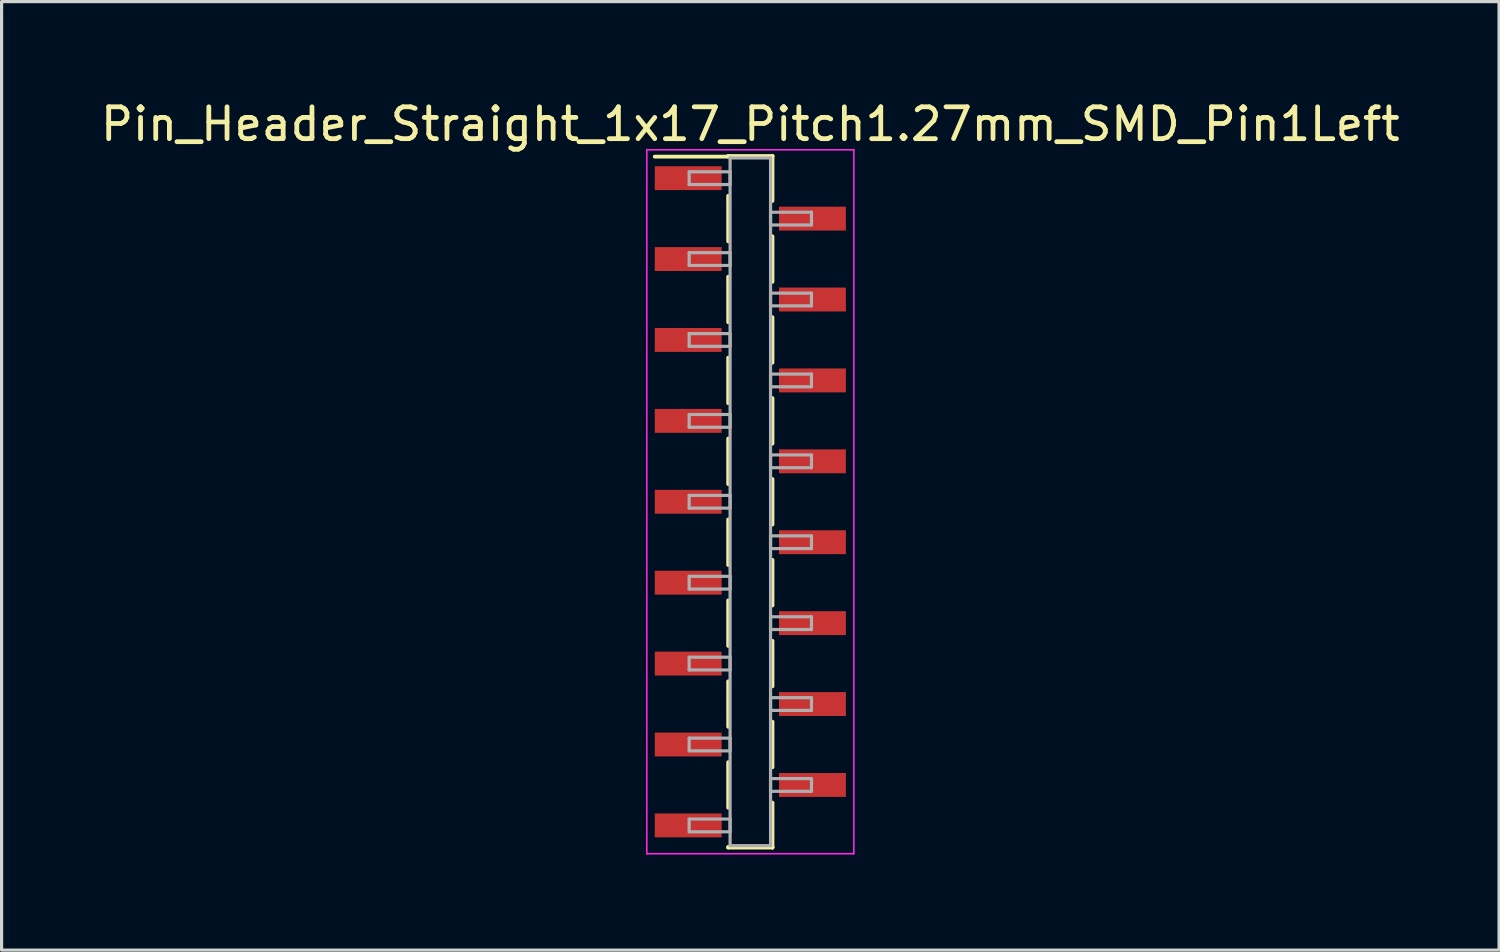
<source format=kicad_pcb>
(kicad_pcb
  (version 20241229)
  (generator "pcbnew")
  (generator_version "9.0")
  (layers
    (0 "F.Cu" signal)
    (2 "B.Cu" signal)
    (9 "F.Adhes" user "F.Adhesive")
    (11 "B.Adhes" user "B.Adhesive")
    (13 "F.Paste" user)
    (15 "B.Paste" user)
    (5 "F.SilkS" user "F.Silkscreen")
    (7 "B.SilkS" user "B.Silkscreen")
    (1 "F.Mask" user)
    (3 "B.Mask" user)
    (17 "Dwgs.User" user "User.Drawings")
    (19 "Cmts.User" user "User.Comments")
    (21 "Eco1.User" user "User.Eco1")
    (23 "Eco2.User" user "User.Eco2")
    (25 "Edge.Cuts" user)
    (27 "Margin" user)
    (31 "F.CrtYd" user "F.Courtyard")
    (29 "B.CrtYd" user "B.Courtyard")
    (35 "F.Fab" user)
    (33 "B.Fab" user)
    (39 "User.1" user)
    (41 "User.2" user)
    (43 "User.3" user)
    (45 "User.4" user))
  (footprint "Pin_Header_Straight_1x17_Pitch1.27mm_SMD_Pin1Left"
    (layer "F.Cu")
    (at 20.506 12.703)
    (property "Reference" "Pin_Header_Straight_1x17_Pitch1.27mm_SMD_Pin1Left" (at 0 -11.855 0) (layer "F.SilkS") (effects (font (size 1 1) (thickness 0.15))))
    (attr smd)
    (fp_line (start -0.695 -10.855) (end 0.695 -10.855) (stroke (width 0.12) (type solid)) (layer "F.SilkS"))
    (fp_line (start -0.695 -10.835) (end -3 -10.835) (stroke (width 0.12) (type solid)) (layer "F.SilkS"))
    (fp_line (start -0.695 -10.835) (end -0.695 -10.855) (stroke (width 0.12) (type solid)) (layer "F.SilkS"))
    (fp_line (start -0.695 -9.605) (end -0.695 -8.175) (stroke (width 0.12) (type solid)) (layer "F.SilkS"))
    (fp_line (start -0.695 -7.065) (end -0.695 -5.635) (stroke (width 0.12) (type solid)) (layer "F.SilkS"))
    (fp_line (start -0.695 -4.525) (end -0.695 -3.095) (stroke (width 0.12) (type solid)) (layer "F.SilkS"))
    (fp_line (start -0.695 -1.985) (end -0.695 -0.555) (stroke (width 0.12) (type solid)) (layer "F.SilkS"))
    (fp_line (start -0.695 0.555) (end -0.695 1.985) (stroke (width 0.12) (type solid)) (layer "F.SilkS"))
    (fp_line (start -0.695 3.095) (end -0.695 4.525) (stroke (width 0.12) (type solid)) (layer "F.SilkS"))
    (fp_line (start -0.695 5.635) (end -0.695 7.065) (stroke (width 0.12) (type solid)) (layer "F.SilkS"))
    (fp_line (start -0.695 8.175) (end -0.695 9.605) (stroke (width 0.12) (type solid)) (layer "F.SilkS"))
    (fp_line (start -0.695 10.835) (end -0.695 10.855) (stroke (width 0.12) (type solid)) (layer "F.SilkS"))
    (fp_line (start -0.695 10.855) (end 0.695 10.855) (stroke (width 0.12) (type solid)) (layer "F.SilkS"))
    (fp_line (start 0.695 -10.855) (end 0.695 -10.835) (stroke (width 0.12) (type solid)) (layer "F.SilkS"))
    (fp_line (start 0.695 -10.855) (end 0.695 -9.445) (stroke (width 0.12) (type solid)) (layer "F.SilkS"))
    (fp_line (start 0.695 -8.335) (end 0.695 -6.905) (stroke (width 0.12) (type solid)) (layer "F.SilkS"))
    (fp_line (start 0.695 -5.795) (end 0.695 -4.365) (stroke (width 0.12) (type solid)) (layer "F.SilkS"))
    (fp_line (start 0.695 -3.255) (end 0.695 -1.825) (stroke (width 0.12) (type solid)) (layer "F.SilkS"))
    (fp_line (start 0.695 -0.715) (end 0.695 0.715) (stroke (width 0.12) (type solid)) (layer "F.SilkS"))
    (fp_line (start 0.695 1.825) (end 0.695 3.255) (stroke (width 0.12) (type solid)) (layer "F.SilkS"))
    (fp_line (start 0.695 4.365) (end 0.695 5.795) (stroke (width 0.12) (type solid)) (layer "F.SilkS"))
    (fp_line (start 0.695 6.905) (end 0.695 8.335) (stroke (width 0.12) (type solid)) (layer "F.SilkS"))
    (fp_line (start 0.695 9.445) (end 0.695 10.855) (stroke (width 0.12) (type solid)) (layer "F.SilkS"))
    (fp_line (start 0.695 10.855) (end 0.695 10.835) (stroke (width 0.12) (type solid)) (layer "F.SilkS"))
    (fp_line (start -3.25 -11.05) (end -3.25 11.05) (stroke (width 0.05) (type solid)) (layer "F.CrtYd"))
    (fp_line (start -3.25 11.05) (end 3.25 11.05) (stroke (width 0.05) (type solid)) (layer "F.CrtYd"))
    (fp_line (start 3.25 -11.05) (end -3.25 -11.05) (stroke (width 0.05) (type solid)) (layer "F.CrtYd"))
    (fp_line (start 3.25 11.05) (end 3.25 -11.05) (stroke (width 0.05) (type solid)) (layer "F.CrtYd"))
    (fp_line (start -1.92 -10.36) (end -0.635 -10.36) (stroke (width 0.1) (type solid)) (layer "F.Fab"))
    (fp_line (start -1.92 -9.96) (end -1.92 -10.36) (stroke (width 0.1) (type solid)) (layer "F.Fab"))
    (fp_line (start -1.92 -7.82) (end -0.635 -7.82) (stroke (width 0.1) (type solid)) (layer "F.Fab"))
    (fp_line (start -1.92 -7.42) (end -1.92 -7.82) (stroke (width 0.1) (type solid)) (layer "F.Fab"))
    (fp_line (start -1.92 -5.28) (end -0.635 -5.28) (stroke (width 0.1) (type solid)) (layer "F.Fab"))
    (fp_line (start -1.92 -4.88) (end -1.92 -5.28) (stroke (width 0.1) (type solid)) (layer "F.Fab"))
    (fp_line (start -1.92 -2.74) (end -0.635 -2.74) (stroke (width 0.1) (type solid)) (layer "F.Fab"))
    (fp_line (start -1.92 -2.34) (end -1.92 -2.74) (stroke (width 0.1) (type solid)) (layer "F.Fab"))
    (fp_line (start -1.92 -0.2) (end -0.635 -0.2) (stroke (width 0.1) (type solid)) (layer "F.Fab"))
    (fp_line (start -1.92 0.2) (end -1.92 -0.2) (stroke (width 0.1) (type solid)) (layer "F.Fab"))
    (fp_line (start -1.92 2.34) (end -0.635 2.34) (stroke (width 0.1) (type solid)) (layer "F.Fab"))
    (fp_line (start -1.92 2.74) (end -1.92 2.34) (stroke (width 0.1) (type solid)) (layer "F.Fab"))
    (fp_line (start -1.92 4.88) (end -0.635 4.88) (stroke (width 0.1) (type solid)) (layer "F.Fab"))
    (fp_line (start -1.92 5.28) (end -1.92 4.88) (stroke (width 0.1) (type solid)) (layer "F.Fab"))
    (fp_line (start -1.92 7.42) (end -0.635 7.42) (stroke (width 0.1) (type solid)) (layer "F.Fab"))
    (fp_line (start -1.92 7.82) (end -1.92 7.42) (stroke (width 0.1) (type solid)) (layer "F.Fab"))
    (fp_line (start -1.92 9.96) (end -0.635 9.96) (stroke (width 0.1) (type solid)) (layer "F.Fab"))
    (fp_line (start -1.92 10.36) (end -1.92 9.96) (stroke (width 0.1) (type solid)) (layer "F.Fab"))
    (fp_line (start -0.635 -10.795) (end -0.635 10.795) (stroke (width 0.1) (type solid)) (layer "F.Fab"))
    (fp_line (start -0.635 -10.36) (end -0.635 -9.96) (stroke (width 0.1) (type solid)) (layer "F.Fab"))
    (fp_line (start -0.635 -9.96) (end -1.92 -9.96) (stroke (width 0.1) (type solid)) (layer "F.Fab"))
    (fp_line (start -0.635 -7.82) (end -0.635 -7.42) (stroke (width 0.1) (type solid)) (layer "F.Fab"))
    (fp_line (start -0.635 -7.42) (end -1.92 -7.42) (stroke (width 0.1) (type solid)) (layer "F.Fab"))
    (fp_line (start -0.635 -5.28) (end -0.635 -4.88) (stroke (width 0.1) (type solid)) (layer "F.Fab"))
    (fp_line (start -0.635 -4.88) (end -1.92 -4.88) (stroke (width 0.1) (type solid)) (layer "F.Fab"))
    (fp_line (start -0.635 -2.74) (end -0.635 -2.34) (stroke (width 0.1) (type solid)) (layer "F.Fab"))
    (fp_line (start -0.635 -2.34) (end -1.92 -2.34) (stroke (width 0.1) (type solid)) (layer "F.Fab"))
    (fp_line (start -0.635 -0.2) (end -0.635 0.2) (stroke (width 0.1) (type solid)) (layer "F.Fab"))
    (fp_line (start -0.635 0.2) (end -1.92 0.2) (stroke (width 0.1) (type solid)) (layer "F.Fab"))
    (fp_line (start -0.635 2.34) (end -0.635 2.74) (stroke (width 0.1) (type solid)) (layer "F.Fab"))
    (fp_line (start -0.635 2.74) (end -1.92 2.74) (stroke (width 0.1) (type solid)) (layer "F.Fab"))
    (fp_line (start -0.635 4.88) (end -0.635 5.28) (stroke (width 0.1) (type solid)) (layer "F.Fab"))
    (fp_line (start -0.635 5.28) (end -1.92 5.28) (stroke (width 0.1) (type solid)) (layer "F.Fab"))
    (fp_line (start -0.635 7.42) (end -0.635 7.82) (stroke (width 0.1) (type solid)) (layer "F.Fab"))
    (fp_line (start -0.635 7.82) (end -1.92 7.82) (stroke (width 0.1) (type solid)) (layer "F.Fab"))
    (fp_line (start -0.635 9.96) (end -0.635 10.36) (stroke (width 0.1) (type solid)) (layer "F.Fab"))
    (fp_line (start -0.635 10.36) (end -1.92 10.36) (stroke (width 0.1) (type solid)) (layer "F.Fab"))
    (fp_line (start -0.635 10.795) (end 0.635 10.795) (stroke (width 0.1) (type solid)) (layer "F.Fab"))
    (fp_line (start 0.635 -10.795) (end -0.635 -10.795) (stroke (width 0.1) (type solid)) (layer "F.Fab"))
    (fp_line (start 0.635 -9.09) (end 0.635 -8.69) (stroke (width 0.1) (type solid)) (layer "F.Fab"))
    (fp_line (start 0.635 -8.69) (end 1.92 -8.69) (stroke (width 0.1) (type solid)) (layer "F.Fab"))
    (fp_line (start 0.635 -6.55) (end 0.635 -6.15) (stroke (width 0.1) (type solid)) (layer "F.Fab"))
    (fp_line (start 0.635 -6.15) (end 1.92 -6.15) (stroke (width 0.1) (type solid)) (layer "F.Fab"))
    (fp_line (start 0.635 -4.01) (end 0.635 -3.61) (stroke (width 0.1) (type solid)) (layer "F.Fab"))
    (fp_line (start 0.635 -3.61) (end 1.92 -3.61) (stroke (width 0.1) (type solid)) (layer "F.Fab"))
    (fp_line (start 0.635 -1.47) (end 0.635 -1.07) (stroke (width 0.1) (type solid)) (layer "F.Fab"))
    (fp_line (start 0.635 -1.07) (end 1.92 -1.07) (stroke (width 0.1) (type solid)) (layer "F.Fab"))
    (fp_line (start 0.635 1.07) (end 0.635 1.47) (stroke (width 0.1) (type solid)) (layer "F.Fab"))
    (fp_line (start 0.635 1.47) (end 1.92 1.47) (stroke (width 0.1) (type solid)) (layer "F.Fab"))
    (fp_line (start 0.635 3.61) (end 0.635 4.01) (stroke (width 0.1) (type solid)) (layer "F.Fab"))
    (fp_line (start 0.635 4.01) (end 1.92 4.01) (stroke (width 0.1) (type solid)) (layer "F.Fab"))
    (fp_line (start 0.635 6.15) (end 0.635 6.55) (stroke (width 0.1) (type solid)) (layer "F.Fab"))
    (fp_line (start 0.635 6.55) (end 1.92 6.55) (stroke (width 0.1) (type solid)) (layer "F.Fab"))
    (fp_line (start 0.635 8.69) (end 0.635 9.09) (stroke (width 0.1) (type solid)) (layer "F.Fab"))
    (fp_line (start 0.635 9.09) (end 1.92 9.09) (stroke (width 0.1) (type solid)) (layer "F.Fab"))
    (fp_line (start 0.635 10.795) (end 0.635 -10.795) (stroke (width 0.1) (type solid)) (layer "F.Fab"))
    (fp_line (start 1.92 -9.09) (end 0.635 -9.09) (stroke (width 0.1) (type solid)) (layer "F.Fab"))
    (fp_line (start 1.92 -8.69) (end 1.92 -9.09) (stroke (width 0.1) (type solid)) (layer "F.Fab"))
    (fp_line (start 1.92 -6.55) (end 0.635 -6.55) (stroke (width 0.1) (type solid)) (layer "F.Fab"))
    (fp_line (start 1.92 -6.15) (end 1.92 -6.55) (stroke (width 0.1) (type solid)) (layer "F.Fab"))
    (fp_line (start 1.92 -4.01) (end 0.635 -4.01) (stroke (width 0.1) (type solid)) (layer "F.Fab"))
    (fp_line (start 1.92 -3.61) (end 1.92 -4.01) (stroke (width 0.1) (type solid)) (layer "F.Fab"))
    (fp_line (start 1.92 -1.47) (end 0.635 -1.47) (stroke (width 0.1) (type solid)) (layer "F.Fab"))
    (fp_line (start 1.92 -1.07) (end 1.92 -1.47) (stroke (width 0.1) (type solid)) (layer "F.Fab"))
    (fp_line (start 1.92 1.07) (end 0.635 1.07) (stroke (width 0.1) (type solid)) (layer "F.Fab"))
    (fp_line (start 1.92 1.47) (end 1.92 1.07) (stroke (width 0.1) (type solid)) (layer "F.Fab"))
    (fp_line (start 1.92 3.61) (end 0.635 3.61) (stroke (width 0.1) (type solid)) (layer "F.Fab"))
    (fp_line (start 1.92 4.01) (end 1.92 3.61) (stroke (width 0.1) (type solid)) (layer "F.Fab"))
    (fp_line (start 1.92 6.15) (end 0.635 6.15) (stroke (width 0.1) (type solid)) (layer "F.Fab"))
    (fp_line (start 1.92 6.55) (end 1.92 6.15) (stroke (width 0.1) (type solid)) (layer "F.Fab"))
    (fp_line (start 1.92 8.69) (end 0.635 8.69) (stroke (width 0.1) (type solid)) (layer "F.Fab"))
    (fp_line (start 1.92 9.09) (end 1.92 8.69) (stroke (width 0.1) (type solid)) (layer "F.Fab"))
    (pad "1" smd rect (at -1.95 -10.16) (size 2.1 0.75) (layers "F.Cu" "F.Mask"))
    (pad "2" smd rect (at 1.95 -8.89) (size 2.1 0.75) (layers "F.Cu" "F.Mask"))
    (pad "3" smd rect (at -1.95 -7.62) (size 2.1 0.75) (layers "F.Cu" "F.Mask"))
    (pad "4" smd rect (at 1.95 -6.35) (size 2.1 0.75) (layers "F.Cu" "F.Mask"))
    (pad "5" smd rect (at -1.95 -5.08) (size 2.1 0.75) (layers "F.Cu" "F.Mask"))
    (pad "6" smd rect (at 1.95 -3.81) (size 2.1 0.75) (layers "F.Cu" "F.Mask"))
    (pad "7" smd rect (at -1.95 -2.54) (size 2.1 0.75) (layers "F.Cu" "F.Mask"))
    (pad "8" smd rect (at 1.95 -1.27) (size 2.1 0.75) (layers "F.Cu" "F.Mask"))
    (pad "9" smd rect (at -1.95 0) (size 2.1 0.75) (layers "F.Cu" "F.Mask"))
    (pad "10" smd rect (at 1.95 1.27) (size 2.1 0.75) (layers "F.Cu" "F.Mask"))
    (pad "11" smd rect (at -1.95 2.54) (size 2.1 0.75) (layers "F.Cu" "F.Mask"))
    (pad "12" smd rect (at 1.95 3.81) (size 2.1 0.75) (layers "F.Cu" "F.Mask"))
    (pad "13" smd rect (at -1.95 5.08) (size 2.1 0.75) (layers "F.Cu" "F.Mask"))
    (pad "14" smd rect (at 1.95 6.35) (size 2.1 0.75) (layers "F.Cu" "F.Mask"))
    (pad "15" smd rect (at -1.95 7.62) (size 2.1 0.75) (layers "F.Cu" "F.Mask"))
    (pad "16" smd rect (at 1.95 8.89) (size 2.1 0.75) (layers "F.Cu" "F.Mask"))
    (pad "17" smd rect (at -1.95 10.16) (size 2.1 0.75) (layers "F.Cu" "F.Mask")))
  (gr_rect
    (start -3 -3)
    (end 44.012 26.778)
    (stroke (width 0.1) (type default))
    (fill no)
    (layer "Edge.Cuts")))
</source>
